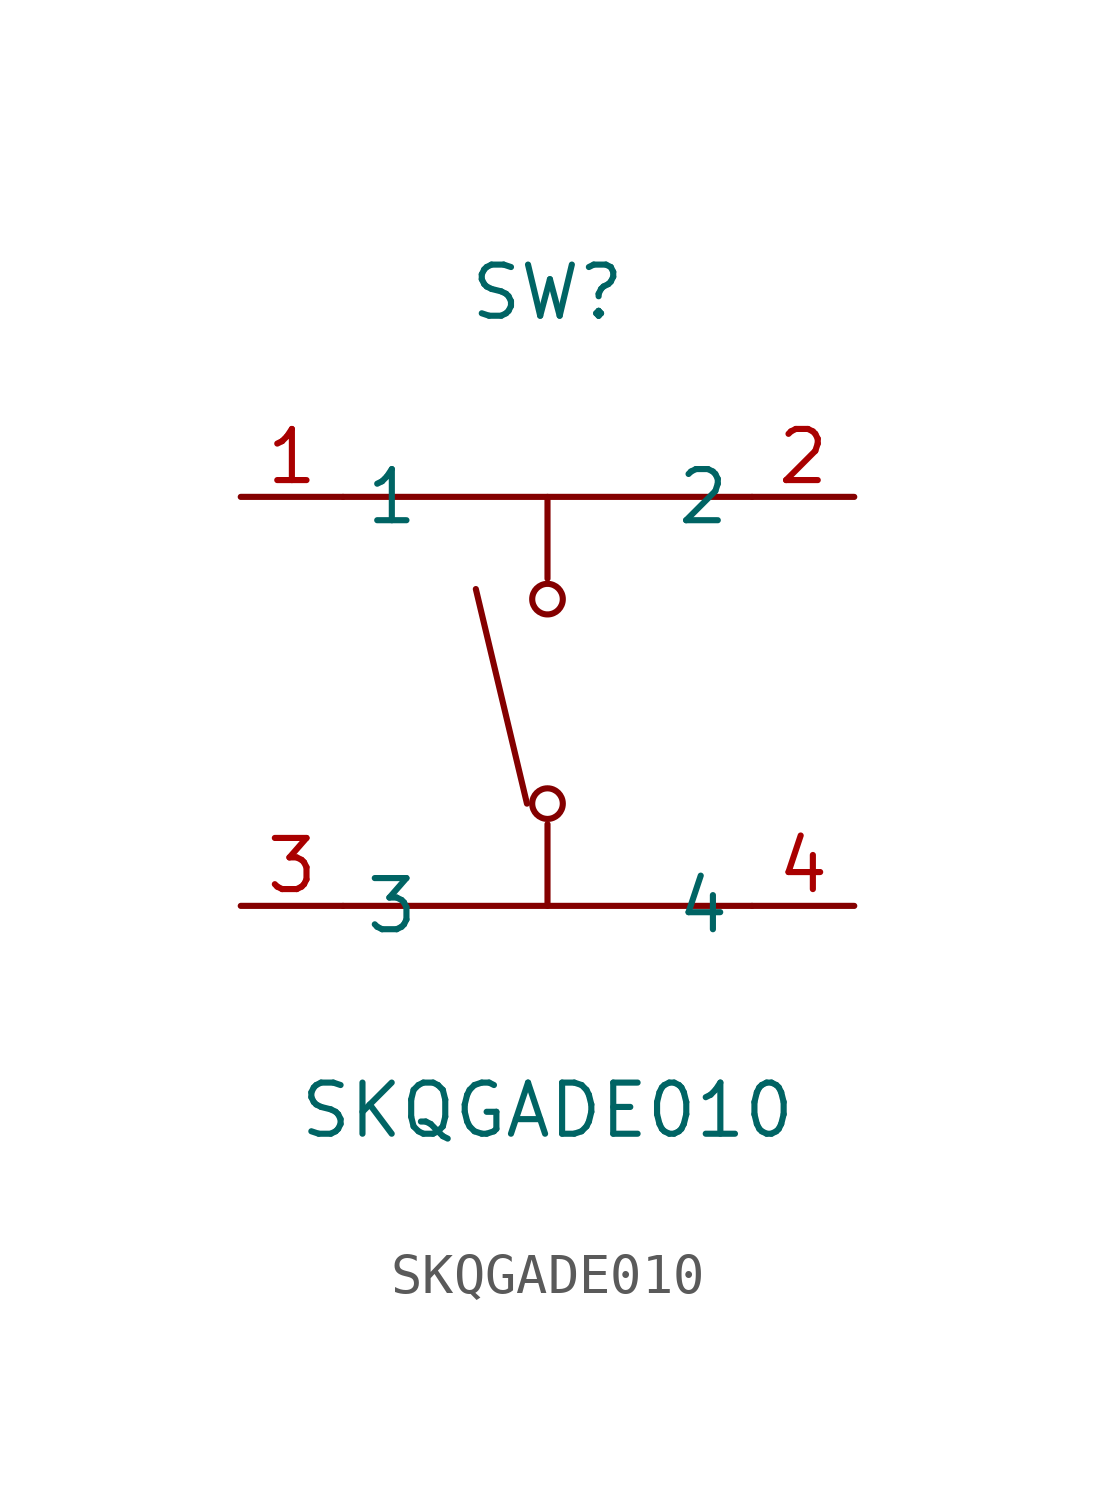
<source format=kicad_sym>
(kicad_symbol_lib
  (version 20211014)
  (generator https://github.com/uPesy/easyeda2kicad.py)
  (symbol "SKQGADE010"
    (property "Reference" "SW"
      (at 0 8.89 0)
      (effects (font (size 1.27 1.27))))
    (property "Value" "SKQGADE010"
      (at 0 -11.43 0)
      (effects (font (size 1.27 1.27))))
    (symbol "SKQGADE010_0_1"
      (circle (center 0.00 -3.81) (radius 0.38) (stroke (width 0) (type default) (color 0 0 0 0)) (fill (type none)))
      (circle (center 0.00 1.27) (radius 0.38) (stroke (width 0) (type default) (color 0 0 0 0)) (fill (type none)))
      (polyline (pts (xy 0.00 1.78) (xy 0.00 3.81)) (stroke (width 0) (type default) (color 0 0 0 0)) (fill (type none)))
      (polyline (pts (xy 0.00 -4.32) (xy 0.00 -6.35)) (stroke (width 0) (type default) (color 0 0 0 0)) (fill (type none)))
      (polyline (pts (xy -0.51 -3.81) (xy -1.78 1.52)) (stroke (width 0) (type default) (color 0 0 0 0)) (fill (type none)))
      (polyline (pts (xy -5.08 -6.35) (xy 5.08 -6.35)) (stroke (width 0) (type default) (color 0 0 0 0)) (fill (type none)))
      (polyline (pts (xy -5.08 3.81) (xy 5.08 3.81)) (stroke (width 0) (type default) (color 0 0 0 0)) (fill (type none)))
      (pin unspecified line (at -7.62 3.81 0) (length 2.54) (name "1" (effects (font (size 1.27 1.27)))) (number "1" (effects (font (size 1.27 1.27)))))
      (pin unspecified line (at 7.62 3.81 180) (length 2.54) (name "2" (effects (font (size 1.27 1.27)))) (number "2" (effects (font (size 1.27 1.27)))))
      (pin unspecified line (at -7.62 -6.35 0) (length 2.54) (name "3" (effects (font (size 1.27 1.27)))) (number "3" (effects (font (size 1.27 1.27)))))
      (pin unspecified line (at 7.62 -6.35 180) (length 2.54) (name "4" (effects (font (size 1.27 1.27)))) (number "4" (effects (font (size 1.27 1.27))))))))
</source>
